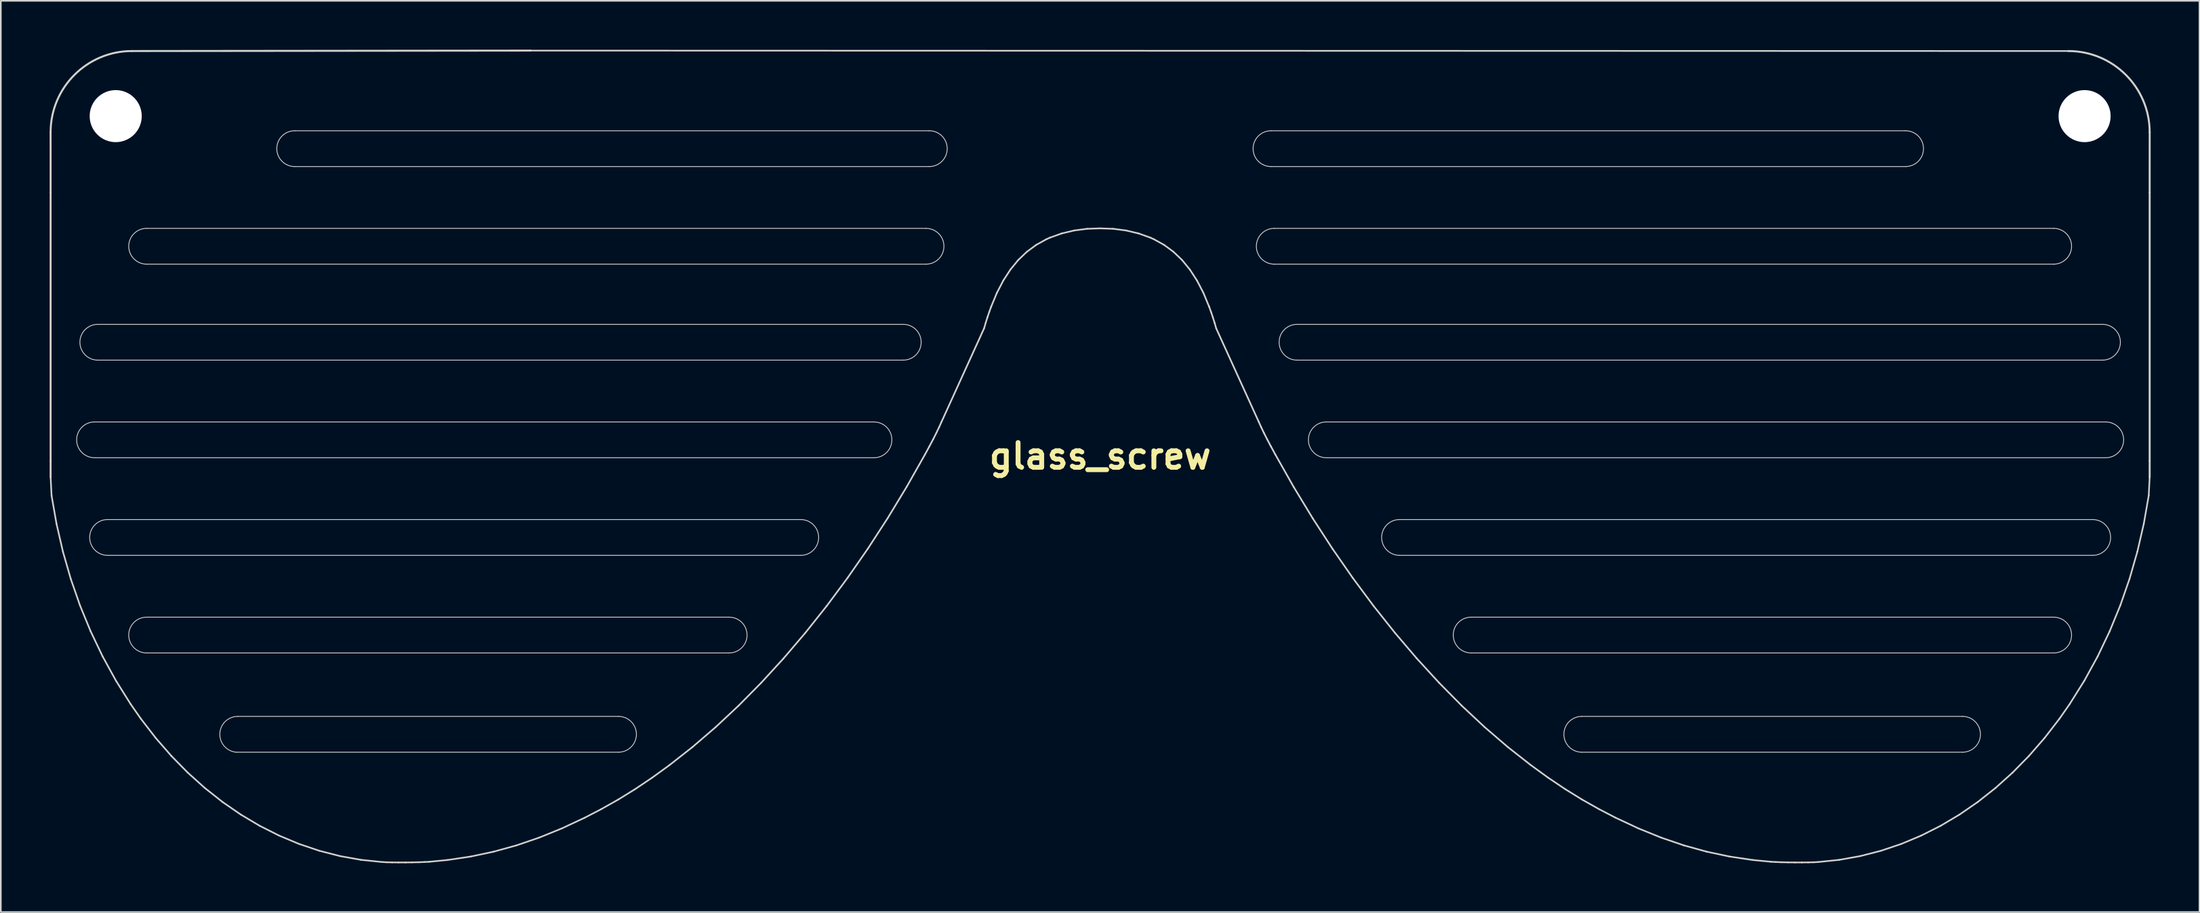
<source format=kicad_pcb>
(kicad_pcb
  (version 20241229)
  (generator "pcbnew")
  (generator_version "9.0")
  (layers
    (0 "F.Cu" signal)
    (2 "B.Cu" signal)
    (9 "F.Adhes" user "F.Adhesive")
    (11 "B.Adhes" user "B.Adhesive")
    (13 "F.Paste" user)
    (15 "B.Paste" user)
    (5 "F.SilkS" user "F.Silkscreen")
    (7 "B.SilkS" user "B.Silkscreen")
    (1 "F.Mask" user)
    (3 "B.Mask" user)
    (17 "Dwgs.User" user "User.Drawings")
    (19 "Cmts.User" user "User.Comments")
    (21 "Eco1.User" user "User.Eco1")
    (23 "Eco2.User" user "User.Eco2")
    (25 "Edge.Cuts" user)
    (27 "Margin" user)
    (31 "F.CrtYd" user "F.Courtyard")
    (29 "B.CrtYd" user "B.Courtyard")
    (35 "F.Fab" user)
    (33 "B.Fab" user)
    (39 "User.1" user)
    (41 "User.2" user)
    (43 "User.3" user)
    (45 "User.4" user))
  (footprint "glass_screw"
    (layer "F.Cu")
    (at 64.561 5.988)
    (property "Reference" "glass_screw" (at 0 19 0) (layer "F.SilkS") (effects (font (size 1.524 1.524) (thickness 0.3))))
    (attr through_hole)
    (fp_line (start -64.5 2.8) (end -64.501 -0.9) (stroke (width 0.12) (type solid)) (layer "Edge.Cuts"))
    (fp_line (start -64.5 19.3) (end -64.5 2.8) (stroke (width 0.12) (type solid)) (layer "Edge.Cuts"))
    (fp_line (start -64.5 19.3) (end -64.5 20.3) (stroke (width 0.12) (type solid)) (layer "Edge.Cuts"))
    (fp_line (start -64.442 21.425) (end -64.5 20.3) (stroke (width 0.1) (type solid)) (layer "Edge.Cuts"))
    (fp_line (start -64.138 23.163) (end -64.442 21.425) (stroke (width 0.1) (type solid)) (layer "Edge.Cuts"))
    (fp_line (start -63.744 24.871) (end -64.138 23.163) (stroke (width 0.1) (type solid)) (layer "Edge.Cuts"))
    (fp_line (start -63.263 26.544) (end -63.744 24.871) (stroke (width 0.1) (type solid)) (layer "Edge.Cuts"))
    (fp_line (start -62.695 28.178) (end -63.263 26.544) (stroke (width 0.1) (type solid)) (layer "Edge.Cuts"))
    (fp_line (start -62.041 29.769) (end -62.695 28.178) (stroke (width 0.1) (type solid)) (layer "Edge.Cuts"))
    (fp_line (start -61.8 16.9) (end -13.9 16.9) (stroke (width 0.05) (type solid)) (layer "Edge.Cuts"))
    (fp_line (start -61.6 10.9) (end -12.1 10.9) (stroke (width 0.05) (type solid)) (layer "Edge.Cuts"))
    (fp_line (start -61.304 31.313) (end -62.041 29.769) (stroke (width 0.1) (type solid)) (layer "Edge.Cuts"))
    (fp_line (start -61 22.9) (end -18.4 22.9) (stroke (width 0.05) (type solid)) (layer "Edge.Cuts"))
    (fp_line (start -60.484 32.806) (end -61.304 31.313) (stroke (width 0.1) (type solid)) (layer "Edge.Cuts"))
    (fp_line (start -59.582 34.245) (end -60.484 32.806) (stroke (width 0.1) (type solid)) (layer "Edge.Cuts"))
    (fp_line (start -58.955 35.144) (end -59.582 34.245) (stroke (width 0.1) (type solid)) (layer "Edge.Cuts"))
    (fp_line (start -58.6 5) (end -10.7 5) (stroke (width 0.05) (type solid)) (layer "Edge.Cuts"))
    (fp_line (start -58.6 28.9) (end -22.8 28.9) (stroke (width 0.05) (type solid)) (layer "Edge.Cuts"))
    (fp_line (start -58.04 36.328) (end -58.955 35.144) (stroke (width 0.1) (type solid)) (layer "Edge.Cuts"))
    (fp_line (start -57.078 37.433) (end -58.04 36.328) (stroke (width 0.1) (type solid)) (layer "Edge.Cuts"))
    (fp_line (start -56.072 38.458) (end -57.078 37.433) (stroke (width 0.1) (type solid)) (layer "Edge.Cuts"))
    (fp_line (start -55.022 39.402) (end -56.072 38.458) (stroke (width 0.1) (type solid)) (layer "Edge.Cuts"))
    (fp_line (start -53.934 40.262) (end -55.022 39.402) (stroke (width 0.1) (type solid)) (layer "Edge.Cuts"))
    (fp_line (start -53 35) (end -29.6 35) (stroke (width 0.05) (type solid)) (layer "Edge.Cuts"))
    (fp_line (start -52.808 41.038) (end -53.934 40.262) (stroke (width 0.1) (type solid)) (layer "Edge.Cuts"))
    (fp_line (start -51.648 41.727) (end -52.808 41.038) (stroke (width 0.1) (type solid)) (layer "Edge.Cuts"))
    (fp_line (start -50.456 42.328) (end -51.648 41.727) (stroke (width 0.1) (type solid)) (layer "Edge.Cuts"))
    (fp_line (start -49.5 -1) (end -10.5 -1) (stroke (width 0.05) (type solid)) (layer "Edge.Cuts"))
    (fp_line (start -49.235 42.839) (end -50.456 42.328) (stroke (width 0.1) (type solid)) (layer "Edge.Cuts"))
    (fp_line (start -47.988 43.259) (end -49.235 42.839) (stroke (width 0.1) (type solid)) (layer "Edge.Cuts"))
    (fp_line (start -46.717 43.586) (end -47.988 43.259) (stroke (width 0.1) (type solid)) (layer "Edge.Cuts"))
    (fp_line (start -45.425 43.818) (end -46.717 43.586) (stroke (width 0.1) (type solid)) (layer "Edge.Cuts"))
    (fp_line (start -44.114 43.953) (end -45.425 43.818) (stroke (width 0.1) (type solid)) (layer "Edge.Cuts"))
    (fp_line (start -43.859 43.965) (end -44.114 43.953) (stroke (width 0.1) (type solid)) (layer "Edge.Cuts"))
    (fp_line (start -43.515 43.973) (end -43.859 43.965) (stroke (width 0.1) (type solid)) (layer "Edge.Cuts"))
    (fp_line (start -43.12 43.977) (end -43.515 43.973) (stroke (width 0.1) (type solid)) (layer "Edge.Cuts"))
    (fp_line (start -42.698 43.977) (end -43.12 43.977) (stroke (width 0.1) (type solid)) (layer "Edge.Cuts"))
    (fp_line (start -42.274 43.972) (end -42.698 43.977) (stroke (width 0.1) (type solid)) (layer "Edge.Cuts"))
    (fp_line (start -41.871 43.964) (end -42.274 43.972) (stroke (width 0.1) (type solid)) (layer "Edge.Cuts"))
    (fp_line (start -41.516 43.951) (end -41.871 43.964) (stroke (width 0.1) (type solid)) (layer "Edge.Cuts"))
    (fp_line (start -41.231 43.936) (end -41.516 43.951) (stroke (width 0.1) (type solid)) (layer "Edge.Cuts"))
    (fp_line (start -40.102 43.827) (end -41.231 43.936) (stroke (width 0.1) (type solid)) (layer "Edge.Cuts"))
    (fp_line (start -38.678 43.614) (end -40.102 43.827) (stroke (width 0.1) (type solid)) (layer "Edge.Cuts"))
    (fp_line (start -37.272 43.315) (end -38.678 43.614) (stroke (width 0.1) (type solid)) (layer "Edge.Cuts"))
    (fp_line (start -35.875 42.929) (end -37.272 43.315) (stroke (width 0.1) (type solid)) (layer "Edge.Cuts"))
    (fp_line (start -35 -5.928) (end -59.5 -5.901) (stroke (width 0.12) (type solid)) (layer "Edge.Cuts"))
    (fp_line (start -35 -5.928) (end 59.5 -5.901) (stroke (width 0.1) (type solid)) (layer "Edge.Cuts"))
    (fp_line (start -34.48 42.453) (end -35.875 42.929) (stroke (width 0.1) (type solid)) (layer "Edge.Cuts"))
    (fp_line (start -33.079 41.884) (end -34.48 42.453) (stroke (width 0.1) (type solid)) (layer "Edge.Cuts"))
    (fp_line (start -31.663 41.221) (end -33.079 41.884) (stroke (width 0.1) (type solid)) (layer "Edge.Cuts"))
    (fp_line (start -30.673 40.708) (end -31.663 41.221) (stroke (width 0.1) (type solid)) (layer "Edge.Cuts"))
    (fp_line (start -29.608 40.107) (end -30.673 40.708) (stroke (width 0.1) (type solid)) (layer "Edge.Cuts"))
    (fp_line (start -29.6 37.2) (end -53.1 37.2) (stroke (width 0.05) (type solid)) (layer "Edge.Cuts"))
    (fp_line (start -28.569 39.464) (end -29.608 40.107) (stroke (width 0.1) (type solid)) (layer "Edge.Cuts"))
    (fp_line (start -27.531 38.766) (end -28.569 39.464) (stroke (width 0.1) (type solid)) (layer "Edge.Cuts"))
    (fp_line (start -26.469 37.995) (end -27.531 38.766) (stroke (width 0.1) (type solid)) (layer "Edge.Cuts"))
    (fp_line (start -25.058 36.887) (end -26.469 37.995) (stroke (width 0.1) (type solid)) (layer "Edge.Cuts"))
    (fp_line (start -23.63 35.659) (end -25.058 36.887) (stroke (width 0.1) (type solid)) (layer "Edge.Cuts"))
    (fp_line (start -22.8 31.1) (end -58.6 31.1) (stroke (width 0.05) (type solid)) (layer "Edge.Cuts"))
    (fp_line (start -22.219 34.339) (end -23.63 35.659) (stroke (width 0.1) (type solid)) (layer "Edge.Cuts"))
    (fp_line (start -20.828 32.931) (end -22.219 34.339) (stroke (width 0.1) (type solid)) (layer "Edge.Cuts"))
    (fp_line (start -19.46 31.438) (end -20.828 32.931) (stroke (width 0.1) (type solid)) (layer "Edge.Cuts"))
    (fp_line (start -18.4 25.1) (end -61 25.1) (stroke (width 0.05) (type solid)) (layer "Edge.Cuts"))
    (fp_line (start -18.118 29.864) (end -19.46 31.438) (stroke (width 0.1) (type solid)) (layer "Edge.Cuts"))
    (fp_line (start -16.805 28.212) (end -18.118 29.864) (stroke (width 0.1) (type solid)) (layer "Edge.Cuts"))
    (fp_line (start -15.523 26.486) (end -16.805 28.212) (stroke (width 0.1) (type solid)) (layer "Edge.Cuts"))
    (fp_line (start -14.276 24.69) (end -15.523 26.486) (stroke (width 0.1) (type solid)) (layer "Edge.Cuts"))
    (fp_line (start -13.9 19.1) (end -61.8 19.1) (stroke (width 0.05) (type solid)) (layer "Edge.Cuts"))
    (fp_line (start -13.066 22.827) (end -14.276 24.69) (stroke (width 0.1) (type solid)) (layer "Edge.Cuts"))
    (fp_line (start -12.1 13.1) (end -61.6 13.1) (stroke (width 0.05) (type solid)) (layer "Edge.Cuts"))
    (fp_line (start -11.897 20.9) (end -13.066 22.827) (stroke (width 0.1) (type solid)) (layer "Edge.Cuts"))
    (fp_line (start -10.772 18.913) (end -11.897 20.9) (stroke (width 0.1) (type solid)) (layer "Edge.Cuts"))
    (fp_line (start -10.7 7.2) (end -58.6 7.2) (stroke (width 0.05) (type solid)) (layer "Edge.Cuts"))
    (fp_line (start -10.5 1.2) (end -49.5 1.2) (stroke (width 0.05) (type solid)) (layer "Edge.Cuts"))
    (fp_line (start -10.498 18.408) (end -10.772 18.913) (stroke (width 0.1) (type solid)) (layer "Edge.Cuts"))
    (fp_line (start -10.265 17.968) (end -10.498 18.408) (stroke (width 0.1) (type solid)) (layer "Edge.Cuts"))
    (fp_line (start -10.068 17.579) (end -10.265 17.968) (stroke (width 0.1) (type solid)) (layer "Edge.Cuts"))
    (fp_line (start -9.899 17.227) (end -10.068 17.579) (stroke (width 0.1) (type solid)) (layer "Edge.Cuts"))
    (fp_line (start -9.749 16.894) (end -9.899 17.227) (stroke (width 0.1) (type solid)) (layer "Edge.Cuts"))
    (fp_line (start -7.133 11.148) (end -9.749 16.894) (stroke (width 0.1) (type solid)) (layer "Edge.Cuts"))
    (fp_line (start -7.031 10.799) (end -7.133 11.148) (stroke (width 0.1) (type solid)) (layer "Edge.Cuts"))
    (fp_line (start -6.927 10.467) (end -7.031 10.799) (stroke (width 0.1) (type solid)) (layer "Edge.Cuts"))
    (fp_line (start -6.817 10.143) (end -6.927 10.467) (stroke (width 0.1) (type solid)) (layer "Edge.Cuts"))
    (fp_line (start -6.7 9.818) (end -6.817 10.143) (stroke (width 0.1) (type solid)) (layer "Edge.Cuts"))
    (fp_line (start -6.697 9.812) (end -6.7 9.818) (stroke (width 0.1) (type solid)) (layer "Edge.Cuts"))
    (fp_line (start -6.345 8.964) (end -6.697 9.812) (stroke (width 0.1) (type solid)) (layer "Edge.Cuts"))
    (fp_line (start -5.951 8.206) (end -6.345 8.964) (stroke (width 0.1) (type solid)) (layer "Edge.Cuts"))
    (fp_line (start -5.515 7.534) (end -5.951 8.206) (stroke (width 0.1) (type solid)) (layer "Edge.Cuts"))
    (fp_line (start -5.034 6.946) (end -5.515 7.534) (stroke (width 0.1) (type solid)) (layer "Edge.Cuts"))
    (fp_line (start -4.506 6.441) (end -5.034 6.946) (stroke (width 0.1) (type solid)) (layer "Edge.Cuts"))
    (fp_line (start -3.93 6.016) (end -4.506 6.441) (stroke (width 0.1) (type solid)) (layer "Edge.Cuts"))
    (fp_line (start -3.304 5.669) (end -3.93 6.016) (stroke (width 0.1) (type solid)) (layer "Edge.Cuts"))
    (fp_line (start -3.092 5.573) (end -3.304 5.669) (stroke (width 0.1) (type solid)) (layer "Edge.Cuts"))
    (fp_line (start -2.368 5.314) (end -3.092 5.573) (stroke (width 0.1) (type solid)) (layer "Edge.Cuts"))
    (fp_line (start -1.601 5.131) (end -2.368 5.314) (stroke (width 0.1) (type solid)) (layer "Edge.Cuts"))
    (fp_line (start -0.807 5.027) (end -1.601 5.131) (stroke (width 0.1) (type solid)) (layer "Edge.Cuts"))
    (fp_line (start 0 5) (end -0.807 5.027) (stroke (width 0.1) (type solid)) (layer "Edge.Cuts"))
    (fp_line (start 0 5) (end 0.807 5.027) (stroke (width 0.1) (type solid)) (layer "Edge.Cuts"))
    (fp_line (start 0.807 5.027) (end 1.601 5.131) (stroke (width 0.1) (type solid)) (layer "Edge.Cuts"))
    (fp_line (start 1.601 5.131) (end 2.368 5.314) (stroke (width 0.1) (type solid)) (layer "Edge.Cuts"))
    (fp_line (start 2.368 5.314) (end 3.092 5.573) (stroke (width 0.1) (type solid)) (layer "Edge.Cuts"))
    (fp_line (start 3.092 5.573) (end 3.304 5.669) (stroke (width 0.1) (type solid)) (layer "Edge.Cuts"))
    (fp_line (start 3.304 5.669) (end 3.93 6.016) (stroke (width 0.1) (type solid)) (layer "Edge.Cuts"))
    (fp_line (start 3.93 6.016) (end 4.506 6.441) (stroke (width 0.1) (type solid)) (layer "Edge.Cuts"))
    (fp_line (start 4.506 6.441) (end 5.034 6.946) (stroke (width 0.1) (type solid)) (layer "Edge.Cuts"))
    (fp_line (start 5.034 6.946) (end 5.515 7.534) (stroke (width 0.1) (type solid)) (layer "Edge.Cuts"))
    (fp_line (start 5.515 7.534) (end 5.951 8.206) (stroke (width 0.1) (type solid)) (layer "Edge.Cuts"))
    (fp_line (start 5.951 8.206) (end 6.345 8.964) (stroke (width 0.1) (type solid)) (layer "Edge.Cuts"))
    (fp_line (start 6.345 8.964) (end 6.697 9.812) (stroke (width 0.1) (type solid)) (layer "Edge.Cuts"))
    (fp_line (start 6.697 9.812) (end 6.7 9.818) (stroke (width 0.1) (type solid)) (layer "Edge.Cuts"))
    (fp_line (start 6.7 9.818) (end 6.817 10.143) (stroke (width 0.1) (type solid)) (layer "Edge.Cuts"))
    (fp_line (start 6.817 10.143) (end 6.927 10.467) (stroke (width 0.1) (type solid)) (layer "Edge.Cuts"))
    (fp_line (start 6.927 10.467) (end 7.031 10.799) (stroke (width 0.1) (type solid)) (layer "Edge.Cuts"))
    (fp_line (start 7.031 10.799) (end 7.133 11.148) (stroke (width 0.1) (type solid)) (layer "Edge.Cuts"))
    (fp_line (start 7.133 11.148) (end 9.749 16.894) (stroke (width 0.1) (type solid)) (layer "Edge.Cuts"))
    (fp_line (start 9.899 17.227) (end 9.749 16.894) (stroke (width 0.1) (type solid)) (layer "Edge.Cuts"))
    (fp_line (start 10.068 17.579) (end 9.899 17.227) (stroke (width 0.1) (type solid)) (layer "Edge.Cuts"))
    (fp_line (start 10.265 17.968) (end 10.068 17.579) (stroke (width 0.1) (type solid)) (layer "Edge.Cuts"))
    (fp_line (start 10.498 18.408) (end 10.265 17.968) (stroke (width 0.1) (type solid)) (layer "Edge.Cuts"))
    (fp_line (start 10.5 1.2) (end 49.5 1.2) (stroke (width 0.05) (type solid)) (layer "Edge.Cuts"))
    (fp_line (start 10.7 7.2) (end 58.6 7.2) (stroke (width 0.05) (type solid)) (layer "Edge.Cuts"))
    (fp_line (start 10.772 18.913) (end 10.498 18.408) (stroke (width 0.1) (type solid)) (layer "Edge.Cuts"))
    (fp_line (start 11.897 20.9) (end 10.772 18.913) (stroke (width 0.1) (type solid)) (layer "Edge.Cuts"))
    (fp_line (start 12.1 13.1) (end 61.6 13.1) (stroke (width 0.05) (type solid)) (layer "Edge.Cuts"))
    (fp_line (start 13.066 22.827) (end 11.897 20.9) (stroke (width 0.1) (type solid)) (layer "Edge.Cuts"))
    (fp_line (start 13.9 19.1) (end 61.8 19.1) (stroke (width 0.05) (type solid)) (layer "Edge.Cuts"))
    (fp_line (start 14.276 24.69) (end 13.066 22.827) (stroke (width 0.1) (type solid)) (layer "Edge.Cuts"))
    (fp_line (start 15.523 26.486) (end 14.276 24.69) (stroke (width 0.1) (type solid)) (layer "Edge.Cuts"))
    (fp_line (start 16.805 28.212) (end 15.523 26.486) (stroke (width 0.1) (type solid)) (layer "Edge.Cuts"))
    (fp_line (start 18.118 29.864) (end 16.805 28.212) (stroke (width 0.1) (type solid)) (layer "Edge.Cuts"))
    (fp_line (start 18.4 25.1) (end 61 25.1) (stroke (width 0.05) (type solid)) (layer "Edge.Cuts"))
    (fp_line (start 19.46 31.438) (end 18.118 29.864) (stroke (width 0.1) (type solid)) (layer "Edge.Cuts"))
    (fp_line (start 20.828 32.931) (end 19.46 31.438) (stroke (width 0.1) (type solid)) (layer "Edge.Cuts"))
    (fp_line (start 22.219 34.339) (end 20.828 32.931) (stroke (width 0.1) (type solid)) (layer "Edge.Cuts"))
    (fp_line (start 22.8 31.1) (end 58.6 31.1) (stroke (width 0.05) (type solid)) (layer "Edge.Cuts"))
    (fp_line (start 23.63 35.659) (end 22.219 34.339) (stroke (width 0.1) (type solid)) (layer "Edge.Cuts"))
    (fp_line (start 25.058 36.887) (end 23.63 35.659) (stroke (width 0.1) (type solid)) (layer "Edge.Cuts"))
    (fp_line (start 26.469 37.995) (end 25.058 36.887) (stroke (width 0.1) (type solid)) (layer "Edge.Cuts"))
    (fp_line (start 27.531 38.766) (end 26.469 37.995) (stroke (width 0.1) (type solid)) (layer "Edge.Cuts"))
    (fp_line (start 28.569 39.464) (end 27.531 38.766) (stroke (width 0.1) (type solid)) (layer "Edge.Cuts"))
    (fp_line (start 29.6 37.2) (end 53 37.2) (stroke (width 0.05) (type solid)) (layer "Edge.Cuts"))
    (fp_line (start 29.608 40.107) (end 28.569 39.464) (stroke (width 0.1) (type solid)) (layer "Edge.Cuts"))
    (fp_line (start 30.673 40.708) (end 29.608 40.107) (stroke (width 0.1) (type solid)) (layer "Edge.Cuts"))
    (fp_line (start 31.663 41.221) (end 30.673 40.708) (stroke (width 0.1) (type solid)) (layer "Edge.Cuts"))
    (fp_line (start 33.079 41.884) (end 31.663 41.221) (stroke (width 0.1) (type solid)) (layer "Edge.Cuts"))
    (fp_line (start 34.48 42.453) (end 33.079 41.884) (stroke (width 0.1) (type solid)) (layer "Edge.Cuts"))
    (fp_line (start 35.875 42.929) (end 34.48 42.453) (stroke (width 0.1) (type solid)) (layer "Edge.Cuts"))
    (fp_line (start 37.272 43.315) (end 35.875 42.929) (stroke (width 0.1) (type solid)) (layer "Edge.Cuts"))
    (fp_line (start 38.678 43.614) (end 37.272 43.315) (stroke (width 0.1) (type solid)) (layer "Edge.Cuts"))
    (fp_line (start 40.102 43.827) (end 38.678 43.614) (stroke (width 0.1) (type solid)) (layer "Edge.Cuts"))
    (fp_line (start 41.231 43.936) (end 40.102 43.827) (stroke (width 0.1) (type solid)) (layer "Edge.Cuts"))
    (fp_line (start 41.516 43.951) (end 41.231 43.936) (stroke (width 0.1) (type solid)) (layer "Edge.Cuts"))
    (fp_line (start 41.871 43.964) (end 41.516 43.951) (stroke (width 0.1) (type solid)) (layer "Edge.Cuts"))
    (fp_line (start 42.274 43.972) (end 41.871 43.964) (stroke (width 0.1) (type solid)) (layer "Edge.Cuts"))
    (fp_line (start 42.698 43.977) (end 42.274 43.972) (stroke (width 0.1) (type solid)) (layer "Edge.Cuts"))
    (fp_line (start 43.12 43.977) (end 42.698 43.977) (stroke (width 0.1) (type solid)) (layer "Edge.Cuts"))
    (fp_line (start 43.515 43.973) (end 43.12 43.977) (stroke (width 0.1) (type solid)) (layer "Edge.Cuts"))
    (fp_line (start 43.859 43.965) (end 43.515 43.973) (stroke (width 0.1) (type solid)) (layer "Edge.Cuts"))
    (fp_line (start 44.114 43.953) (end 43.859 43.965) (stroke (width 0.1) (type solid)) (layer "Edge.Cuts"))
    (fp_line (start 45.425 43.818) (end 44.114 43.953) (stroke (width 0.1) (type solid)) (layer "Edge.Cuts"))
    (fp_line (start 46.717 43.586) (end 45.425 43.818) (stroke (width 0.1) (type solid)) (layer "Edge.Cuts"))
    (fp_line (start 47.988 43.259) (end 46.717 43.586) (stroke (width 0.1) (type solid)) (layer "Edge.Cuts"))
    (fp_line (start 49.235 42.839) (end 47.988 43.259) (stroke (width 0.1) (type solid)) (layer "Edge.Cuts"))
    (fp_line (start 49.5 -1) (end 10.5 -1) (stroke (width 0.05) (type solid)) (layer "Edge.Cuts"))
    (fp_line (start 50.456 42.328) (end 49.235 42.839) (stroke (width 0.1) (type solid)) (layer "Edge.Cuts"))
    (fp_line (start 51.648 41.727) (end 50.456 42.328) (stroke (width 0.1) (type solid)) (layer "Edge.Cuts"))
    (fp_line (start 52.808 41.038) (end 51.648 41.727) (stroke (width 0.1) (type solid)) (layer "Edge.Cuts"))
    (fp_line (start 53 35) (end 29.6 35) (stroke (width 0.05) (type solid)) (layer "Edge.Cuts"))
    (fp_line (start 53.934 40.262) (end 52.808 41.038) (stroke (width 0.1) (type solid)) (layer "Edge.Cuts"))
    (fp_line (start 55.022 39.402) (end 53.934 40.262) (stroke (width 0.1) (type solid)) (layer "Edge.Cuts"))
    (fp_line (start 56.072 38.458) (end 55.022 39.402) (stroke (width 0.1) (type solid)) (layer "Edge.Cuts"))
    (fp_line (start 57.078 37.433) (end 56.072 38.458) (stroke (width 0.1) (type solid)) (layer "Edge.Cuts"))
    (fp_line (start 58.04 36.328) (end 57.078 37.433) (stroke (width 0.1) (type solid)) (layer "Edge.Cuts"))
    (fp_line (start 58.6 5) (end 10.7 5) (stroke (width 0.05) (type solid)) (layer "Edge.Cuts"))
    (fp_line (start 58.6 28.9) (end 22.8 28.9) (stroke (width 0.05) (type solid)) (layer "Edge.Cuts"))
    (fp_line (start 58.955 35.144) (end 58.04 36.328) (stroke (width 0.1) (type solid)) (layer "Edge.Cuts"))
    (fp_line (start 59.582 34.245) (end 58.955 35.144) (stroke (width 0.1) (type solid)) (layer "Edge.Cuts"))
    (fp_line (start 60.484 32.806) (end 59.582 34.245) (stroke (width 0.1) (type solid)) (layer "Edge.Cuts"))
    (fp_line (start 61 22.9) (end 18.4 22.9) (stroke (width 0.05) (type solid)) (layer "Edge.Cuts"))
    (fp_line (start 61.304 31.313) (end 60.484 32.806) (stroke (width 0.1) (type solid)) (layer "Edge.Cuts"))
    (fp_line (start 61.6 10.9) (end 12.1 10.9) (stroke (width 0.05) (type solid)) (layer "Edge.Cuts"))
    (fp_line (start 61.8 16.9) (end 13.9 16.9) (stroke (width 0.05) (type solid)) (layer "Edge.Cuts"))
    (fp_line (start 62.041 29.769) (end 61.304 31.313) (stroke (width 0.1) (type solid)) (layer "Edge.Cuts"))
    (fp_line (start 62.695 28.178) (end 62.041 29.769) (stroke (width 0.1) (type solid)) (layer "Edge.Cuts"))
    (fp_line (start 63.263 26.544) (end 62.695 28.178) (stroke (width 0.1) (type solid)) (layer "Edge.Cuts"))
    (fp_line (start 63.744 24.871) (end 63.263 26.544) (stroke (width 0.1) (type solid)) (layer "Edge.Cuts"))
    (fp_line (start 64.138 23.163) (end 63.744 24.871) (stroke (width 0.1) (type solid)) (layer "Edge.Cuts"))
    (fp_line (start 64.442 21.425) (end 64.138 23.163) (stroke (width 0.1) (type solid)) (layer "Edge.Cuts"))
    (fp_line (start 64.5 2.8) (end 64.501 -0.9) (stroke (width 0.12) (type solid)) (layer "Edge.Cuts"))
    (fp_line (start 64.5 19.3) (end 64.5 2.8) (stroke (width 0.12) (type solid)) (layer "Edge.Cuts"))
    (fp_line (start 64.5 20.3) (end 64.442 21.425) (stroke (width 0.1) (type solid)) (layer "Edge.Cuts"))
    (fp_line (start 64.5 20.3) (end 64.5 19.3) (stroke (width 0.12) (type solid)) (layer "Edge.Cuts"))
    (fp_arc (start -64.500999 -0.9) (mid -63.03624 -4.43624) (end -59.5 -5.900999) (stroke (width 0.12) (type solid)) (layer "Edge.Cuts"))
    (fp_arc (start -61.799999 19.099999) (mid -62.899999 17.999999) (end -61.799999 16.899999) (stroke (width 0.05) (type solid)) (layer "Edge.Cuts"))
    (fp_arc (start -61.599999 13.099999) (mid -62.699999 11.999999) (end -61.599999 10.899999) (stroke (width 0.05) (type solid)) (layer "Edge.Cuts"))
    (fp_arc (start -60.999999 25.099999) (mid -62.099999 23.999999) (end -60.999999 22.899999) (stroke (width 0.05) (type solid)) (layer "Edge.Cuts"))
    (fp_arc (start -58.599999 7.199999) (mid -59.699999 6.099999) (end -58.599999 4.999999) (stroke (width 0.05) (type solid)) (layer "Edge.Cuts"))
    (fp_arc (start -58.599999 31.099999) (mid -59.699999 29.999999) (end -58.599999 28.899999) (stroke (width 0.05) (type solid)) (layer "Edge.Cuts"))
    (fp_arc (start -53.1 37.2) (mid -54.101137 36.05222) (end -53 34.999999) (stroke (width 0.05) (type solid)) (layer "Edge.Cuts"))
    (fp_arc (start -49.499999 1.199999) (mid -50.599999 0.099999) (end -49.499999 -1.000001) (stroke (width 0.05) (type solid)) (layer "Edge.Cuts"))
    (fp_arc (start -29.6 34.999999) (mid -28.5 36.099999) (end -29.6 37.199999) (stroke (width 0.05) (type solid)) (layer "Edge.Cuts"))
    (fp_arc (start -22.799999 28.899999) (mid -21.699999 29.999999) (end -22.799999 31.099999) (stroke (width 0.05) (type solid)) (layer "Edge.Cuts"))
    (fp_arc (start -18.399999 22.899999) (mid -17.299999 23.999999) (end -18.399999 25.099999) (stroke (width 0.05) (type solid)) (layer "Edge.Cuts"))
    (fp_arc (start -13.899999 16.899999) (mid -12.799999 17.999999) (end -13.899999 19.099999) (stroke (width 0.05) (type solid)) (layer "Edge.Cuts"))
    (fp_arc (start -12.099999 10.899999) (mid -10.999999 11.999999) (end -12.099999 13.099999) (stroke (width 0.05) (type solid)) (layer "Edge.Cuts"))
    (fp_arc (start -10.699999 4.999999) (mid -9.599999 6.099999) (end -10.699999 7.199999) (stroke (width 0.05) (type solid)) (layer "Edge.Cuts"))
    (fp_arc (start -10.499999 -1.000001) (mid -9.399999 0.099999) (end -10.499999 1.199999) (stroke (width 0.05) (type solid)) (layer "Edge.Cuts"))
    (fp_arc (start 10.500001 1.200001) (mid 9.4 0.1) (end 10.500001 -1.000001) (stroke (width 0.05) (type solid)) (layer "Edge.Cuts"))
    (fp_arc (start 10.700001 7.199999) (mid 9.600001 6.099999) (end 10.700001 4.999999) (stroke (width 0.05) (type solid)) (layer "Edge.Cuts"))
    (fp_arc (start 12.100001 13.099999) (mid 11.000001 11.999999) (end 12.100001 10.899999) (stroke (width 0.05) (type solid)) (layer "Edge.Cuts"))
    (fp_arc (start 13.9 19.099999) (mid 12.800001 17.999998) (end 13.900002 16.899999) (stroke (width 0.05) (type solid)) (layer "Edge.Cuts"))
    (fp_arc (start 18.400001 25.099999) (mid 17.300001 23.999999) (end 18.400001 22.899999) (stroke (width 0.05) (type solid)) (layer "Edge.Cuts"))
    (fp_arc (start 22.800001 31.099999) (mid 21.700001 29.999999) (end 22.800001 28.899999) (stroke (width 0.05) (type solid)) (layer "Edge.Cuts"))
    (fp_arc (start 29.6 37.199999) (mid 28.5 36.099999) (end 29.6 34.999999) (stroke (width 0.05) (type solid)) (layer "Edge.Cuts"))
    (fp_arc (start 49.500002 -1.000001) (mid 50.600001 0.1) (end 49.5 1.199999) (stroke (width 0.05) (type solid)) (layer "Edge.Cuts"))
    (fp_arc (start 52.999999 34.999998) (mid 54.1 36.099999) (end 52.999999 37.2) (stroke (width 0.05) (type solid)) (layer "Edge.Cuts"))
    (fp_arc (start 58.600001 4.999999) (mid 59.700001 6.099999) (end 58.600001 7.199999) (stroke (width 0.05) (type solid)) (layer "Edge.Cuts"))
    (fp_arc (start 58.600001 28.899999) (mid 59.700001 29.999999) (end 58.600001 31.099999) (stroke (width 0.05) (type solid)) (layer "Edge.Cuts"))
    (fp_arc (start 59.5 -5.900999) (mid 63.03624 -4.43624) (end 64.500999 -0.9) (stroke (width 0.12) (type solid)) (layer "Edge.Cuts"))
    (fp_arc (start 61.000001 22.899998) (mid 62.100002 23.999999) (end 61.000001 25.1) (stroke (width 0.05) (type solid)) (layer "Edge.Cuts"))
    (fp_arc (start 61.600001 10.899999) (mid 62.700001 11.999999) (end 61.600001 13.099999) (stroke (width 0.05) (type solid)) (layer "Edge.Cuts"))
    (fp_arc (start 61.800002 16.899999) (mid 62.900001 18) (end 61.8 19.099999) (stroke (width 0.05) (type solid)) (layer "Edge.Cuts"))
    (pad "" np_thru_hole circle (at -60.5 -1.9 180) (size 3.2 3.2) (drill 3.2) (layers "*.Cu" "*.Mask"))
    (pad "" np_thru_hole circle (at 60.5 -1.9 180) (size 3.2 3.2) (drill 3.2) (layers "*.Cu" "*.Mask")))
  (gr_rect
    (start -3 -3)
    (end 132.122 53.015)
    (stroke (width 0.1) (type default))
    (fill no)
    (layer "Edge.Cuts")))
</source>
